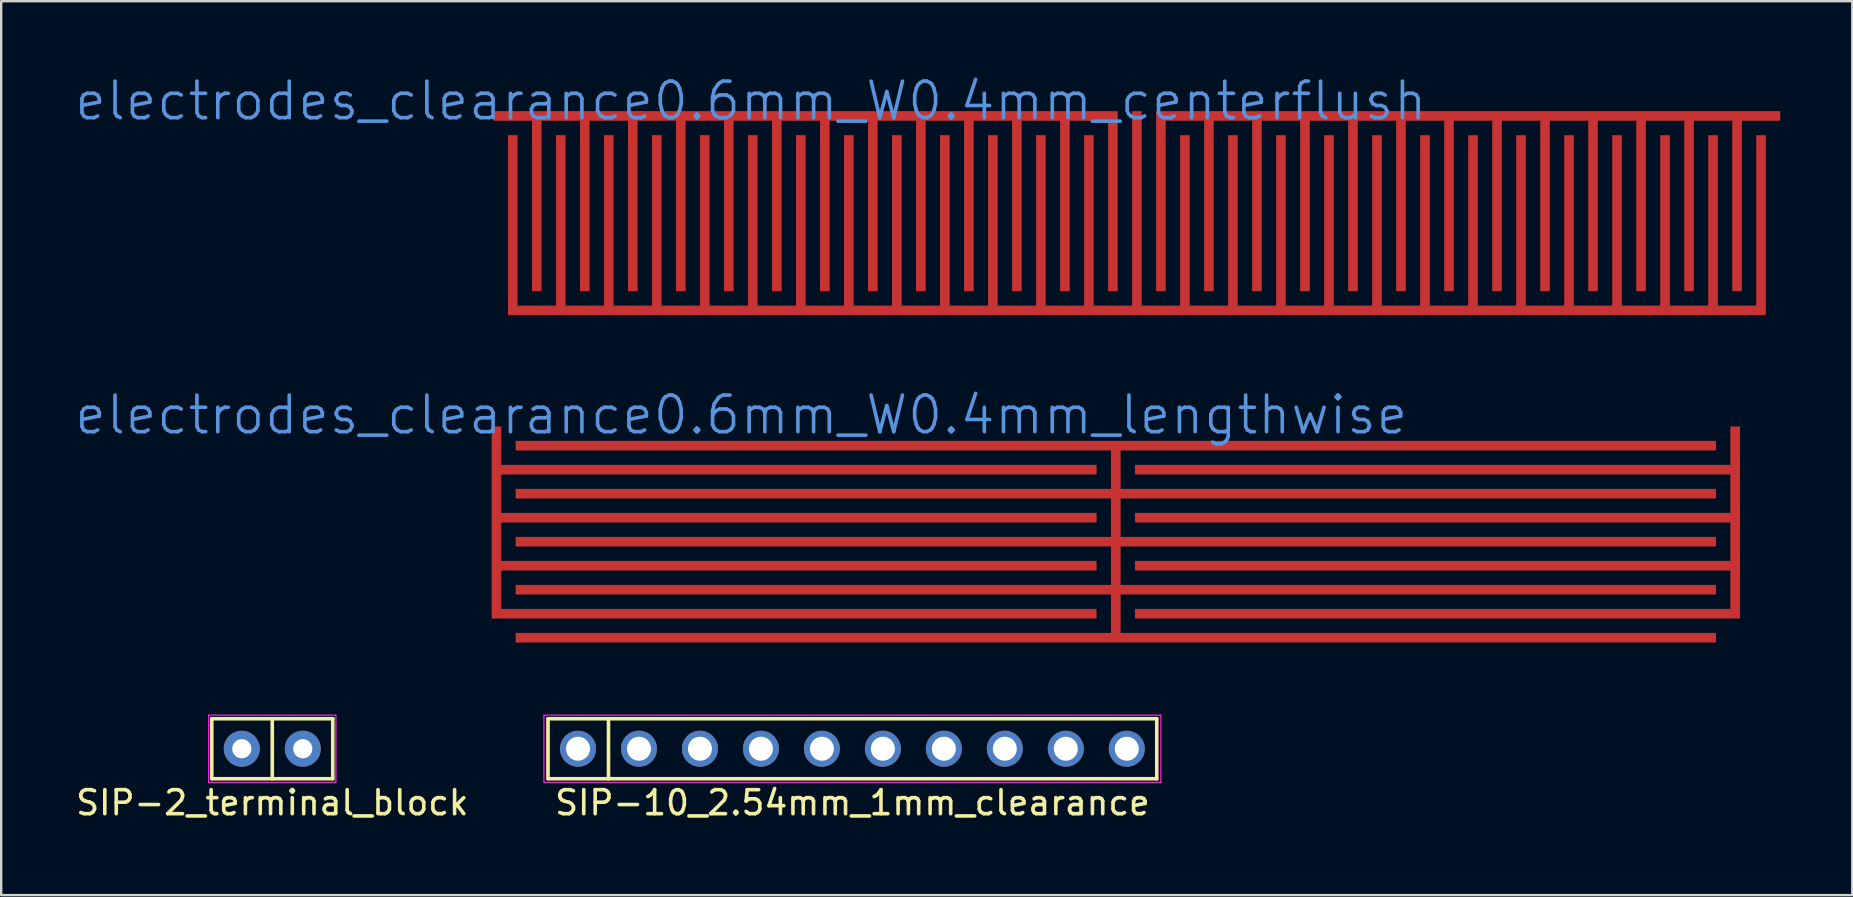
<source format=kicad_pcb>
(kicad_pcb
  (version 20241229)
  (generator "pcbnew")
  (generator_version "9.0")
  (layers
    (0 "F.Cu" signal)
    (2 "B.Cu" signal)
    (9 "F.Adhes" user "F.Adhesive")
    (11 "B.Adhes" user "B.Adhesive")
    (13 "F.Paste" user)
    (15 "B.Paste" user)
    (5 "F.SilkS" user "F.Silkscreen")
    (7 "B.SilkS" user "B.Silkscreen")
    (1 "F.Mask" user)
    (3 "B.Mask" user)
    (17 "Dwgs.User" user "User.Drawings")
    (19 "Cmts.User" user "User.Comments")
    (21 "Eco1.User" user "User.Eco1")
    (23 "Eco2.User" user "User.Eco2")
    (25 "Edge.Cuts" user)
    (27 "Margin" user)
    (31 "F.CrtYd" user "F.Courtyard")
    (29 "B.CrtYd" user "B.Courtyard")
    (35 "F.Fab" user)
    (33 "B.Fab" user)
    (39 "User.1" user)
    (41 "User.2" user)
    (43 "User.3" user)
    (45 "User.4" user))
  (footprint "SIP-2_terminal_block"
    (layer "F.Cu")
    (at 8.292 28.14)
    (property "Reference" "SIP-2_terminal_block" (at 0 2.25 0) (layer "F.SilkS") (effects (font (size 1 1) (thickness 0.15))))
    (attr through_hole)
    (fp_line (start -2.52 -1.25) (end 2.52 -1.25) (stroke (width 0.15) (type solid)) (layer "F.SilkS"))
    (fp_line (start -2.52 1.25) (end -2.52 -1.25) (stroke (width 0.15) (type solid)) (layer "F.SilkS"))
    (fp_line (start 0 -1.25) (end 0 1.25) (stroke (width 0.15) (type solid)) (layer "F.SilkS"))
    (fp_line (start 2.52 -1.25) (end 2.52 1.25) (stroke (width 0.15) (type solid)) (layer "F.SilkS"))
    (fp_line (start 2.52 1.25) (end -2.52 1.25) (stroke (width 0.15) (type solid)) (layer "F.SilkS"))
    (fp_line (start -2.65 -1.4) (end 2.65 -1.4) (stroke (width 0.05) (type solid)) (layer "F.CrtYd"))
    (fp_line (start -2.65 1.4) (end -2.65 -1.4) (stroke (width 0.05) (type solid)) (layer "F.CrtYd"))
    (fp_line (start 2.65 -1.4) (end 2.65 1.4) (stroke (width 0.05) (type solid)) (layer "F.CrtYd"))
    (fp_line (start 2.65 1.4) (end -2.65 1.4) (stroke (width 0.05) (type solid)) (layer "F.CrtYd"))
    (pad "1" thru_hole circle (at -1.27 0) (size 1.5 1.5) (drill 0.8) (layers "*.Cu" "*.Mask"))
    (pad "2" thru_hole circle (at 1.27 0) (size 1.5 1.5) (drill 0.8) (layers "*.Cu" "*.Mask")))
  (footprint "electrodes_clearance0.6mm_W0.4mm_centerflush"
    (layer "F.Cu")
    (at 44.31 5.83)
    (property "Reference" "electrodes_clearance0.6mm_W0.4mm_centerflush" (at -16.08 -4.675 0) (layer "Cmts.User") (effects (font (size 1.524 1.524) (thickness 0.15))))
    (attr through_hole)
    (pad "0" smd custom (at 0 3.75) (size 0.000001 0.000001) (layers "F.Cu") (options (anchor circle)) (primitives (gr_poly (pts (xy -0.2 -8) (xy 0.2 -8) (xy 0.2 0.1) (xy 1.8 0.1) (xy 1.8 -7) (xy 2.2 -7) (xy 2.2 0.1) (xy 3.8 0.1) (xy 3.8 -7) (xy 4.2 -7) (xy 4.2 0.1) (xy 5.8 0.1) (xy 5.8 -7) (xy 6.2 -7) (xy 6.2 0.1) (xy 7.8 0.1) (xy 7.8 -7) (xy 8.2 -7) (xy 8.2 0.1) (xy 9.8 0.1) (xy 9.8 -7) (xy 10.2 -7) (xy 10.2 0.1) (xy 11.8 0.1) (xy 11.8 -7) (xy 12.2 -7) (xy 12.2 0.1) (xy 13.8 0.1) (xy 13.8 -7) (xy 14.2 -7) (xy 14.2 0.1) (xy 15.8 0.1) (xy 15.8 -7) (xy 16.2 -7) (xy 16.2 0.1) (xy 17.8 0.1) (xy 17.8 -7) (xy 18.2 -7) (xy 18.2 0.1) (xy 19.8 0.1) (xy 19.8 -7) (xy 20.2 -7) (xy 20.2 0.1) (xy 21.8 0.1) (xy 21.8 -7) (xy 22.2 -7) (xy 22.2 0.1) (xy 23.8 0.1) (xy 23.8 -7) (xy 24.2 -7) (xy 24.2 0.1) (xy 25.8 0.1) (xy 25.8 -7) (xy 26.2 -7) (xy 26.2 0.5) (xy 0.2 0.5) (xy -0.2 0.5) (xy -26.2 0.5) (xy -26.2 -7) (xy -25.8 -7) (xy -25.8 0.1) (xy -24.2 0.1) (xy -24.2 -7) (xy -23.8 -7) (xy -23.8 0.1) (xy -22.2 0.1) (xy -22.2 -7) (xy -21.8 -7) (xy -21.8 0.1) (xy -20.2 0.1) (xy -20.2 -7) (xy -19.8 -7) (xy -19.8 0.1) (xy -18.2 0.1) (xy -18.2 -7) (xy -17.8 -7) (xy -17.8 0.1) (xy -16.2 0.1) (xy -16.2 -7) (xy -15.8 -7) (xy -15.8 0.1) (xy -14.2 0.1) (xy -14.2 -7) (xy -13.8 -7) (xy -13.8 0.1) (xy -12.2 0.1) (xy -12.2 -7) (xy -11.8 -7) (xy -11.8 0.1) (xy -10.2 0.1) (xy -10.2 -7) (xy -9.8 -7) (xy -9.8 0.1) (xy -8.2 0.1) (xy -8.2 -7) (xy -7.8 -7) (xy -7.8 0.1) (xy -6.2 0.1) (xy -6.2 -7) (xy -5.8 -7) (xy -5.8 0.1) (xy -4.2 0.1) (xy -4.2 -7) (xy -3.8 -7) (xy -3.8 0.1) (xy -2.2 0.1) (xy -2.2 -7) (xy -1.8 -7) (xy -1.8 0.1) (xy -0.2 0.1)) (width 0.000001) (fill yes))))
    (pad "1" smd custom (at 26.3 -4.05) (size 0.000001 0.000001) (layers "F.Cu") (options (anchor circle)) (primitives (gr_poly (pts (xy -25.5 -0.2) (xy -25.5 7.3) (xy -25.1 7.3) (xy -25.1 0.2) (xy -23.5 0.2) (xy -23.5 7.3) (xy -23.1 7.3) (xy -23.1 0.2) (xy -21.5 0.2) (xy -21.5 7.3) (xy -21.1 7.3) (xy -21.1 0.2) (xy -19.5 0.2) (xy -19.5 7.3) (xy -19.1 7.3) (xy -19.1 0.2) (xy -17.5 0.2) (xy -17.5 7.3) (xy -17.1 7.3) (xy -17.1 0.2) (xy -15.5 0.2) (xy -15.5 7.3) (xy -15.1 7.3) (xy -15.1 0.2) (xy -13.5 0.2) (xy -13.5 7.3) (xy -13.1 7.3) (xy -13.1 0.2) (xy -11.5 0.2) (xy -11.5 7.3) (xy -11.1 7.3) (xy -11.1 0.2) (xy -9.5 0.2) (xy -9.5 7.3) (xy -9.1 7.3) (xy -9.1 0.2) (xy -7.5 0.2) (xy -7.5 7.3) (xy -7.1 7.3) (xy -7.1 0.2) (xy -5.5 0.2) (xy -5.5 7.3) (xy -5.1 7.3) (xy -5.1 0.2) (xy -3.5 0.2) (xy -3.5 7.3) (xy -3.1 7.3) (xy -3.1 0.2) (xy -1.5 0.2) (xy -1.5 7.3) (xy -1.1 7.3) (xy -1.1 0.2) (xy 0.5 0.2) (xy 0.5 -0.2)) (width 0.000001) (fill yes))))
    (pad "2" smd custom (at -26.3 -4.05) (size 0.000001 0.000001) (layers "F.Cu") (options (anchor circle)) (primitives (gr_poly (pts (xy 25.5 -0.2) (xy 25.5 7.3) (xy 25.1 7.3) (xy 25.1 0.2) (xy 23.5 0.2) (xy 23.5 7.3) (xy 23.1 7.3) (xy 23.1 0.2) (xy 21.5 0.2) (xy 21.5 7.3) (xy 21.1 7.3) (xy 21.1 0.2) (xy 19.5 0.2) (xy 19.5 7.3) (xy 19.1 7.3) (xy 19.1 0.2) (xy 17.5 0.2) (xy 17.5 7.3) (xy 17.1 7.3) (xy 17.1 0.2) (xy 15.5 0.2) (xy 15.5 7.3) (xy 15.1 7.3) (xy 15.1 0.2) (xy 13.5 0.2) (xy 13.5 7.3) (xy 13.1 7.3) (xy 13.1 0.2) (xy 11.5 0.2) (xy 11.5 7.3) (xy 11.1 7.3) (xy 11.1 0.2) (xy 9.5 0.2) (xy 9.5 7.3) (xy 9.1 7.3) (xy 9.1 0.2) (xy 7.5 0.2) (xy 7.5 7.3) (xy 7.1 7.3) (xy 7.1 0.2) (xy 5.5 0.2) (xy 5.5 7.3) (xy 5.1 7.3) (xy 5.1 0.2) (xy 3.5 0.2) (xy 3.5 7.3) (xy 3.1 7.3) (xy 3.1 0.2) (xy 1.5 0.2) (xy 1.5 7.3) (xy 1.1 7.3) (xy 1.1 0.2) (xy -0.5 0.2) (xy -0.5 -0.2)) (width 0.000001) (fill yes)))))
  (footprint "SIP-10_2.54mm_1mm_clearance"
    (layer "F.Cu")
    (at 32.458 28.14)
    (property "Reference" "SIP-10_2.54mm_1mm_clearance" (at 0 2.25 0) (layer "F.SilkS") (effects (font (size 1 1) (thickness 0.15))))
    (attr through_hole)
    (fp_line (start -12.68 -1.25) (end 12.68 -1.25) (stroke (width 0.15) (type solid)) (layer "F.SilkS"))
    (fp_line (start -12.68 1.25) (end -12.68 -1.25) (stroke (width 0.15) (type solid)) (layer "F.SilkS"))
    (fp_line (start -10.16 -1.25) (end -10.16 1.25) (stroke (width 0.15) (type solid)) (layer "F.SilkS"))
    (fp_line (start 12.68 -1.25) (end 12.68 1.25) (stroke (width 0.15) (type solid)) (layer "F.SilkS"))
    (fp_line (start 12.68 1.25) (end -12.68 1.25) (stroke (width 0.15) (type solid)) (layer "F.SilkS"))
    (fp_line (start -12.85 -1.4) (end 12.85 -1.4) (stroke (width 0.05) (type solid)) (layer "F.CrtYd"))
    (fp_line (start -12.85 1.4) (end -12.85 -1.4) (stroke (width 0.05) (type solid)) (layer "F.CrtYd"))
    (fp_line (start 12.85 -1.4) (end 12.85 1.4) (stroke (width 0.05) (type solid)) (layer "F.CrtYd"))
    (fp_line (start 12.85 1.4) (end -12.85 1.4) (stroke (width 0.05) (type solid)) (layer "F.CrtYd"))
    (pad "1" thru_hole circle (at -11.43 0) (size 1.5 1.5) (drill 1) (layers "*.Cu" "*.Mask"))
    (pad "2" thru_hole circle (at -8.89 0) (size 1.5 1.5) (drill 1) (layers "*.Cu" "*.Mask"))
    (pad "3" thru_hole circle (at -6.35 0) (size 1.5 1.5) (drill 1) (layers "*.Cu" "*.Mask"))
    (pad "4" thru_hole circle (at -3.81 0) (size 1.5 1.5) (drill 1) (layers "*.Cu" "*.Mask"))
    (pad "5" thru_hole circle (at -1.27 0) (size 1.5 1.5) (drill 1) (layers "*.Cu" "*.Mask"))
    (pad "6" thru_hole circle (at 1.27 0) (size 1.5 1.5) (drill 1) (layers "*.Cu" "*.Mask"))
    (pad "7" thru_hole circle (at 3.81 0) (size 1.5 1.5) (drill 1) (layers "*.Cu" "*.Mask"))
    (pad "8" thru_hole circle (at 6.35 0) (size 1.5 1.5) (drill 1) (layers "*.Cu" "*.Mask"))
    (pad "9" thru_hole circle (at 8.89 0) (size 1.5 1.5) (drill 1) (layers "*.Cu" "*.Mask"))
    (pad "10" thru_hole circle (at 11.43 0) (size 1.5 1.5) (drill 1) (layers "*.Cu" "*.Mask")))
  (footprint "electrodes_clearance0.6mm_W0.4mm_lengthwise"
    (layer "F.Cu")
    (at 43.431 19.515)
    (property "Reference" "electrodes_clearance0.6mm_W0.4mm_lengthwise" (at -15.6 -5.28 0) (layer "Cmts.User") (effects (font (size 1.524 1.524) (thickness 0.15))))
    (attr through_hole)
    (pad "0" smd custom (at 0 3.7) (size 0.000001 0.000001) (layers "F.Cu") (options (anchor circle)) (primitives (gr_poly (pts (xy 25 0.5) (xy 25 0.1) (xy 0.2 0.1) (xy 0.2 -1.5) (xy 25 -1.5) (xy 25 -1.9) (xy 0.2 -1.9) (xy 0.2 -3.5) (xy 25 -3.5) (xy 25 -3.9) (xy 0.2 -3.9) (xy 0.2 -5.5) (xy 25 -5.5) (xy 25 -5.9) (xy 0.2 -5.9) (xy 0.2 -7.5) (xy 25 -7.5) (xy 25 -7.9) (xy -25 -7.9) (xy -25 -7.5) (xy -0.2 -7.5) (xy -0.2 -5.9) (xy -25 -5.9) (xy -25 -5.5) (xy -0.2 -5.5) (xy -0.2 -3.9) (xy -25 -3.9) (xy -25 -3.5) (xy -0.2 -3.5) (xy -0.2 -1.9) (xy -25 -1.9) (xy -25 -1.5) (xy -0.2 -1.5) (xy -0.2 0.1) (xy -25 0.1) (xy -25 0.5)) (width 0.000001) (fill yes))))
    (pad "1" smd custom (at 25.5 -4) (size 0.000001 0.000001) (layers "F.Cu") (options (anchor circle)) (primitives (gr_poly (pts (xy 0.5 7.2) (xy -24.7 7.2) (xy -24.7 6.8) (xy 0.1 6.8) (xy 0.1 5.2) (xy -24.7 5.2) (xy -24.7 4.8) (xy 0.1 4.8) (xy 0.1 3.2) (xy -24.7 3.2) (xy -24.7 2.8) (xy 0.1 2.8) (xy 0.1 1.2) (xy -24.7 1.2) (xy -24.7 0.8) (xy 0.1 0.8) (xy 0.1 -0.8) (xy 0.5 -0.8)) (width 0.000001) (fill yes))))
    (pad "2" smd custom (at -25.5 -4) (size 0.000001 0.000001) (layers "F.Cu") (options (anchor circle)) (primitives (gr_poly (pts (xy -0.5 7.2) (xy 24.7 7.2) (xy 24.7 6.8) (xy -0.1 6.8) (xy -0.1 5.2) (xy 24.7 5.2) (xy 24.7 4.8) (xy -0.1 4.8) (xy -0.1 3.2) (xy 24.7 3.2) (xy 24.7 2.8) (xy -0.1 2.8) (xy -0.1 1.2) (xy 24.7 1.2) (xy 24.7 0.8) (xy -0.1 0.8) (xy -0.1 -0.8) (xy -0.5 -0.8)) (width 0.000001) (fill yes)))))
  (gr_rect
    (start -3 -3)
    (end 74.11 34.238)
    (stroke (width 0.1) (type default))
    (fill no)
    (layer "Edge.Cuts")))
</source>
